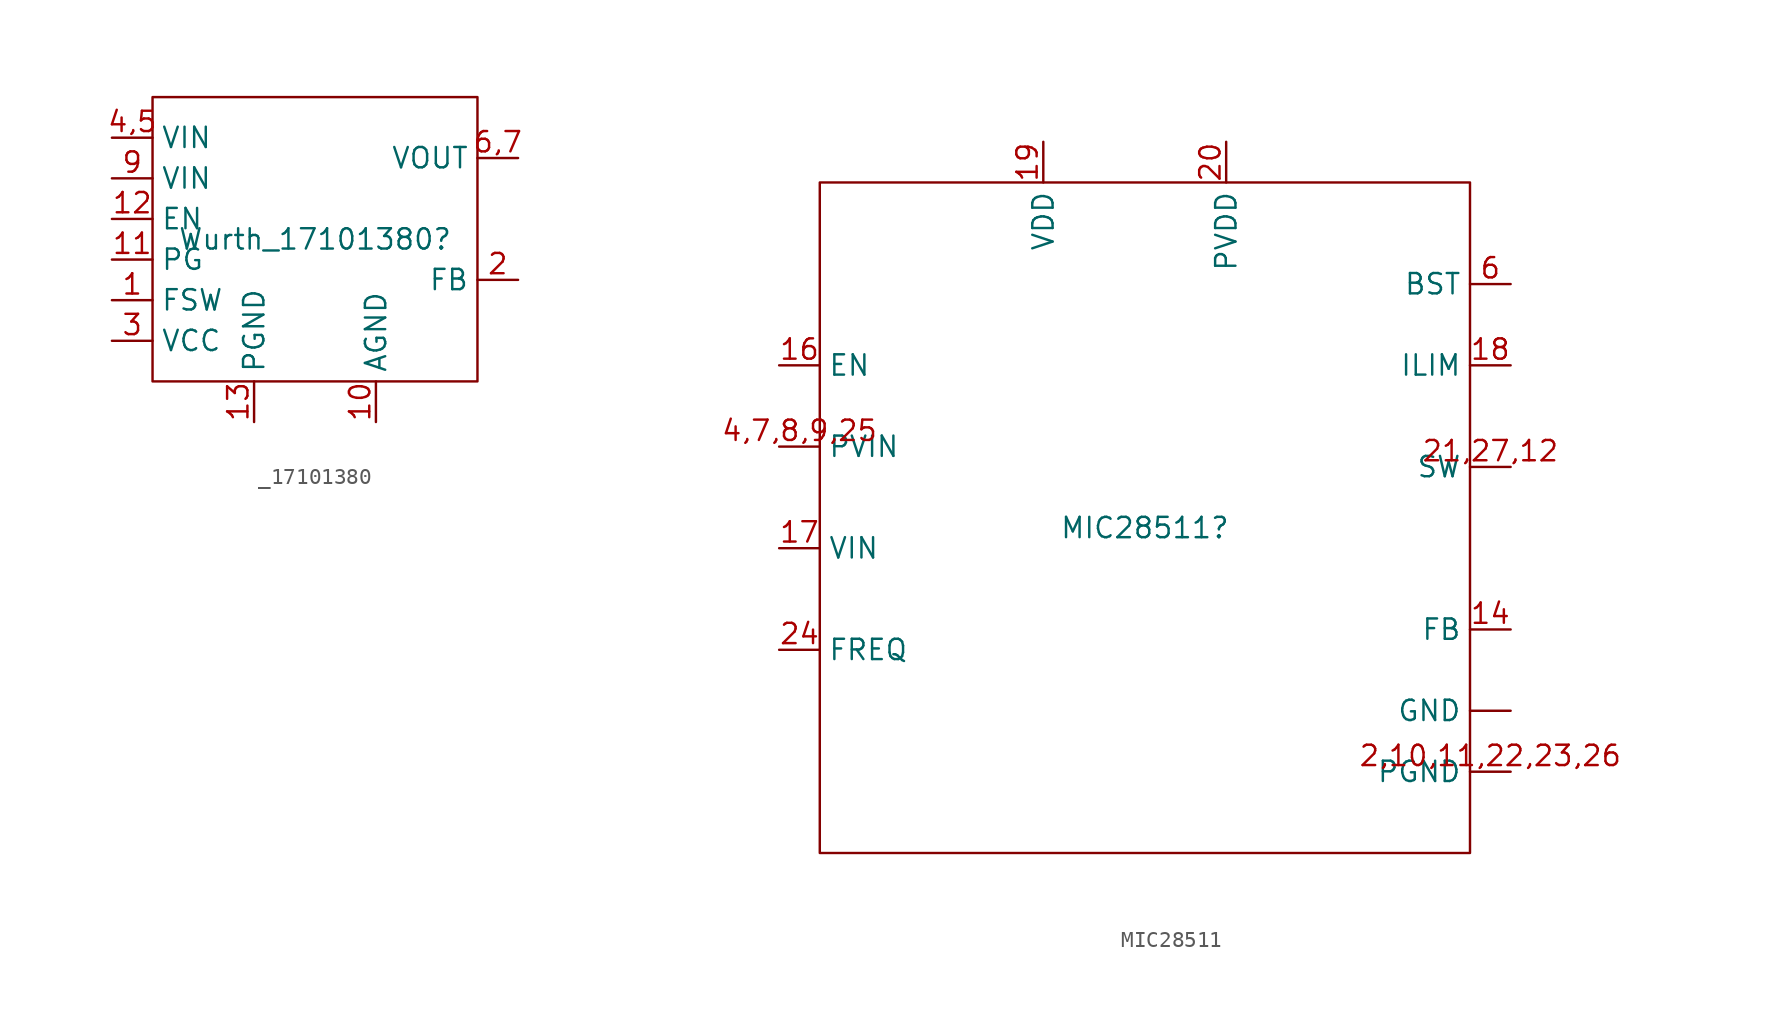
<source format=kicad_sym>
(kicad_symbol_lib
  (version 20231120)
  (generator "kicad_symbol_editor")
  (generator_version "8.0")
  (symbol "_17101380"
    (property "Reference" "Wurth_17101380"
      (at 0 0 0)
      (effects (font (size 1.27 1.27))))
    (property "Value" ""
      (at 0 0 0)
      (effects (font (size 1.27 1.27))))
    (symbol "_17101380_0_1"
      (rectangle (start -10.16 8.89) (end 10.16 -8.89) (stroke (width 0) (type default)) (fill (type none))))
    (symbol "_17101380_1_1"
      (pin input line (at -12.7 -3.81 0) (length 2.54) (name "FSW" (effects (font (size 1.27 1.27)))) (number "1" (effects (font (size 1.27 1.27)))))
      (pin power_in line (at 3.81 -11.43 90) (length 2.54) (name "AGND" (effects (font (size 1.27 1.27)))) (number "10" (effects (font (size 1.27 1.27)))))
      (pin output line (at -12.7 -1.27 0) (length 2.54) (name "PG" (effects (font (size 1.27 1.27)))) (number "11" (effects (font (size 1.27 1.27)))))
      (pin power_out line (at -12.7 1.27 0) (length 2.54) (name "EN" (effects (font (size 1.27 1.27)))) (number "12" (effects (font (size 1.27 1.27)))))
      (pin power_in line (at -3.81 -11.43 90) (length 2.54) (name "PGND" (effects (font (size 1.27 1.27)))) (number "13" (effects (font (size 1.27 1.27)))))
      (pin input line (at 12.7 -2.54 180) (length 2.54) (name "FB" (effects (font (size 1.27 1.27)))) (number "2" (effects (font (size 1.27 1.27)))))
      (pin power_out line (at -12.7 -6.35 0) (length 2.54) (name "VCC" (effects (font (size 1.27 1.27)))) (number "3" (effects (font (size 1.27 1.27)))))
      (pin power_in line (at -12.7 6.35 0) (length 2.54) (name "VIN" (effects (font (size 1.27 1.27)))) (number "4,5" (effects (font (size 1.27 1.27)))))
      (pin power_out line (at 12.7 5.08 180) (length 2.54) (name "VOUT" (effects (font (size 1.27 1.27)))) (number "6,7" (effects (font (size 1.27 1.27)))))
      (pin power_in line (at -12.7 3.81 0) (length 2.54) (name "VIN" (effects (font (size 1.27 1.27)))) (number "9" (effects (font (size 1.27 1.27)))))))
  (symbol "MIC28511"
    (property "Reference" "MIC28511"
      (at 0 0 0)
      (effects (font (size 1.27 1.27))))
    (property "Value" ""
      (at 0 0 0)
      (effects (font (size 1.27 1.27))))
    (symbol "MIC28511_0_1"
      (rectangle (start -20.32 21.59) (end 20.32 -20.32) (stroke (width 0) (type default)) (fill (type none))))
    (symbol "MIC28511_1_1"
      (pin power_in line (at 22.86 -11.43 180) (length 2.54) (name "GND" (effects (font (size 1.27 1.27)))) (number "" (effects (font (size 1.27 1.27)))))
      (pin power_out line (at 22.86 -6.35 180) (length 2.54) (name "FB" (effects (font (size 1.27 1.27)))) (number "14" (effects (font (size 1.27 1.27)))))
      (pin input line (at -22.86 10.16 0) (length 2.54) (name "EN" (effects (font (size 1.27 1.27)))) (number "16" (effects (font (size 1.27 1.27)))))
      (pin power_in line (at -22.86 -1.27 0) (length 2.54) (name "VIN" (effects (font (size 1.27 1.27)))) (number "17" (effects (font (size 1.27 1.27)))))
      (pin power_in line (at 22.86 10.16 180) (length 2.54) (name "ILIM" (effects (font (size 1.27 1.27)))) (number "18" (effects (font (size 1.27 1.27)))))
      (pin power_in line (at -6.35 24.13 270) (length 2.54) (name "VDD" (effects (font (size 1.27 1.27)))) (number "19" (effects (font (size 1.27 1.27)))))
      (pin power_in line (at 22.86 -15.24 180) (length 2.54) (name "PGND" (effects (font (size 1.27 1.27)))) (number "2,10,11,22,23,26" (effects (font (size 1.27 1.27)))))
      (pin power_in line (at 5.08 24.13 270) (length 2.54) (name "PVDD" (effects (font (size 1.27 1.27)))) (number "20" (effects (font (size 1.27 1.27)))))
      (pin power_out line (at 22.86 3.81 180) (length 2.54) (name "SW" (effects (font (size 1.27 1.27)))) (number "21,27,12" (effects (font (size 1.27 1.27)))))
      (pin input line (at -22.86 -7.62 0) (length 2.54) (name "FREQ" (effects (font (size 1.27 1.27)))) (number "24" (effects (font (size 1.27 1.27)))))
      (pin power_in line (at -22.86 5.08 0) (length 2.54) (name "PVIN" (effects (font (size 1.27 1.27)))) (number "4,7,8,9,25" (effects (font (size 1.27 1.27)))))
      (pin power_in line (at 22.86 15.24 180) (length 2.54) (name "BST" (effects (font (size 1.27 1.27)))) (number "6" (effects (font (size 1.27 1.27))))))))
</source>
